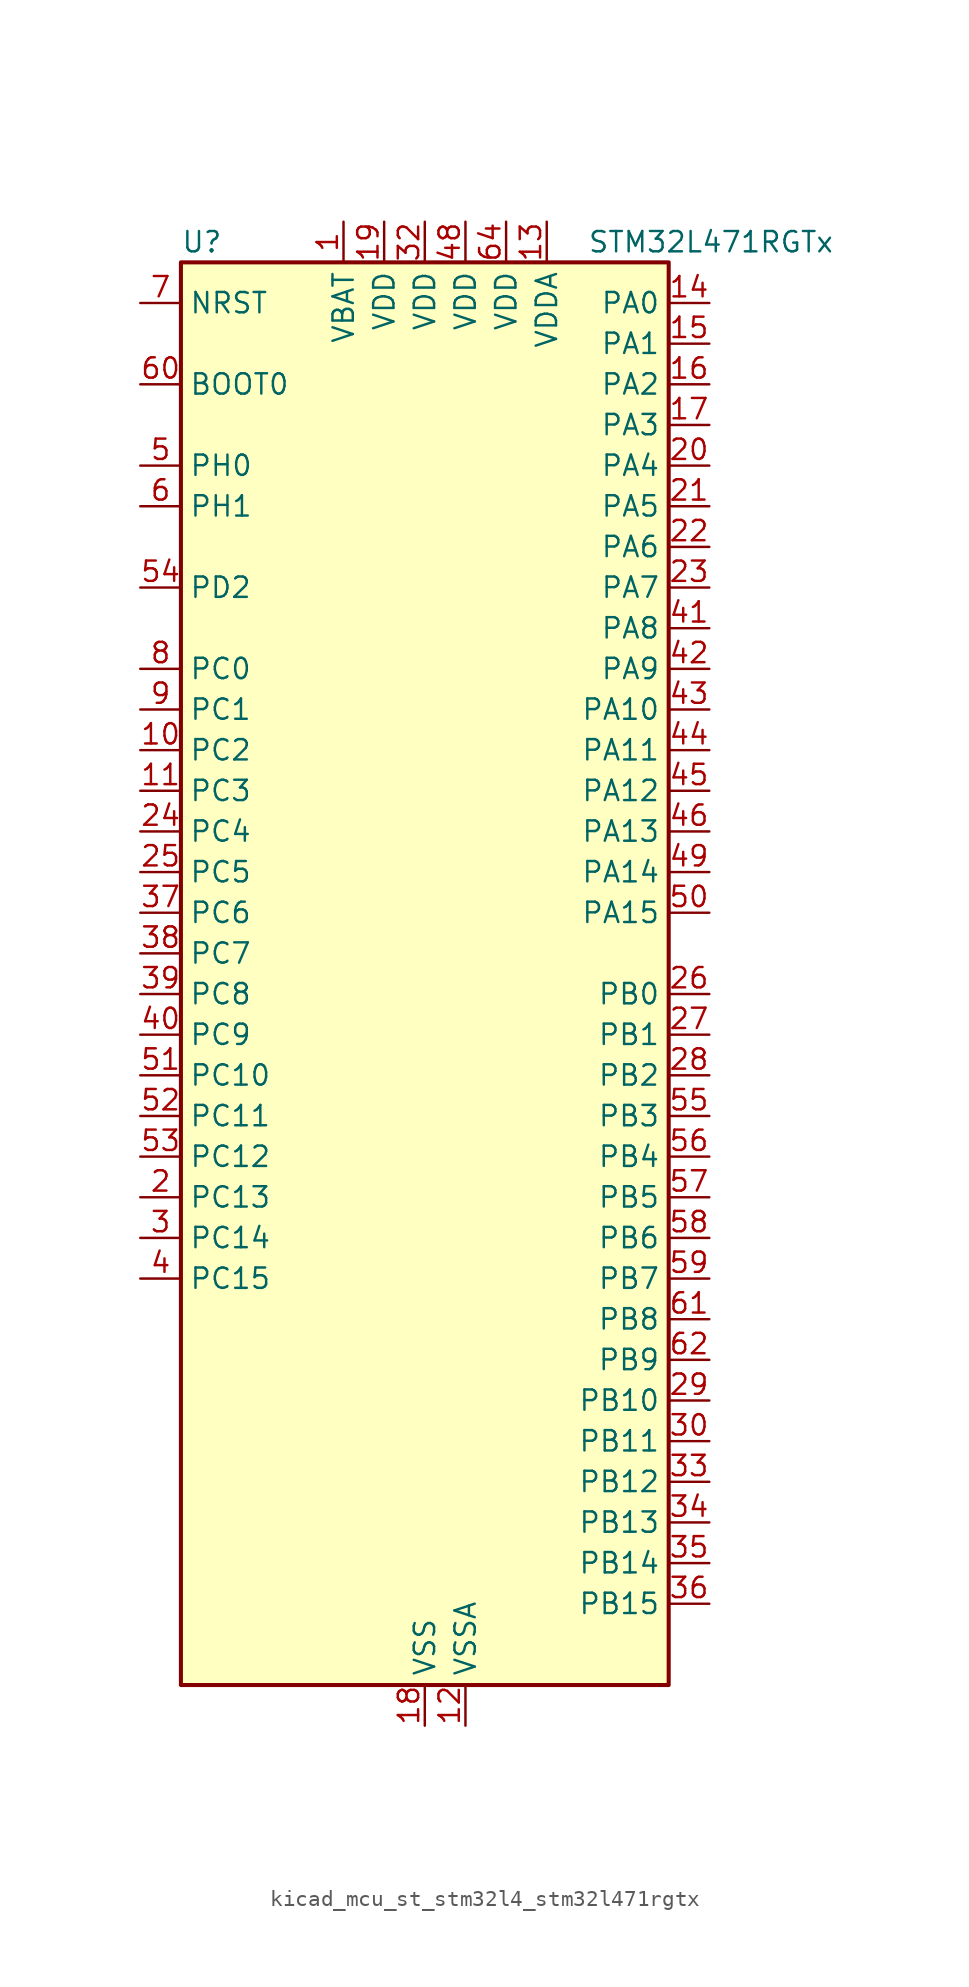
<source format=kicad_sym>
(kicad_symbol_lib
  (version 20220914)
  (generator kicad_symbol_editor)
  (symbol "kicad_mcu_st_stm32l4_stm32l471rgtx"
    (property "Reference" "U"
      (at -15.24 46.99 0)
      (effects (font (size 1.27 1.27)) (justify left)))
    (property "Value" "STM32L471RGTx"
      (at 10.16 46.99 0)
      (effects (font (size 1.27 1.27)) (justify left)))
    (property "ki_locked" ""
      (at 0 0 0)
      (effects (font (size 1.27 1.27))))
    (symbol "kicad_mcu_st_stm32l4_stm32l471rgtx_0_1"
      (rectangle (start -15.24 -43.18) (end 15.24 45.72) (stroke (width 0.254) (type default)) (fill (type background))))
    (symbol "kicad_mcu_st_stm32l4_stm32l471rgtx_1_1"
      (pin power_in line (at -5.08 48.26 270) (length 2.54) (name "VBAT" (effects (font (size 1.27 1.27)))) (number "1" (effects (font (size 1.27 1.27)))))
      (pin bidirectional line (at -17.78 15.24 0) (length 2.54) (name "PC2" (effects (font (size 1.27 1.27)))) (number "10" (effects (font (size 1.27 1.27)))) (alternate "ADC1_IN3" bidirectional line) (alternate "ADC2_IN3" bidirectional line) (alternate "ADC3_IN3" bidirectional line) (alternate "DFSDM1_CKOUT" bidirectional line) (alternate "LPTIM1_IN2" bidirectional line) (alternate "SPI2_MISO" bidirectional line))
      (pin bidirectional line (at -17.78 12.7 0) (length 2.54) (name "PC3" (effects (font (size 1.27 1.27)))) (number "11" (effects (font (size 1.27 1.27)))) (alternate "ADC1_IN4" bidirectional line) (alternate "ADC2_IN4" bidirectional line) (alternate "ADC3_IN4" bidirectional line) (alternate "LPTIM1_ETR" bidirectional line) (alternate "LPTIM2_ETR" bidirectional line) (alternate "SAI1_SD_A" bidirectional line) (alternate "SPI2_MOSI" bidirectional line))
      (pin power_in line (at 2.54 -45.72 90) (length 2.54) (name "VSSA" (effects (font (size 1.27 1.27)))) (number "12" (effects (font (size 1.27 1.27)))))
      (pin power_in line (at 7.62 48.26 270) (length 2.54) (name "VDDA" (effects (font (size 1.27 1.27)))) (number "13" (effects (font (size 1.27 1.27)))))
      (pin bidirectional line (at 17.78 43.18 180) (length 2.54) (name "PA0" (effects (font (size 1.27 1.27)))) (number "14" (effects (font (size 1.27 1.27)))) (alternate "ADC1_IN5" bidirectional line) (alternate "ADC2_IN5" bidirectional line) (alternate "OPAMP1_VINP" bidirectional line) (alternate "RTC_TAMP2" bidirectional line) (alternate "SAI1_EXTCLK" bidirectional line) (alternate "SYS_WKUP1" bidirectional line) (alternate "TIM2_CH1" bidirectional line) (alternate "TIM2_ETR" bidirectional line) (alternate "TIM5_CH1" bidirectional line) (alternate "TIM8_ETR" bidirectional line) (alternate "UART4_TX" bidirectional line) (alternate "USART2_CTS" bidirectional line))
      (pin bidirectional line (at 17.78 40.64 180) (length 2.54) (name "PA1" (effects (font (size 1.27 1.27)))) (number "15" (effects (font (size 1.27 1.27)))) (alternate "ADC1_IN6" bidirectional line) (alternate "ADC2_IN6" bidirectional line) (alternate "OPAMP1_VINM" bidirectional line) (alternate "TIM15_CH1N" bidirectional line) (alternate "TIM2_CH2" bidirectional line) (alternate "TIM5_CH2" bidirectional line) (alternate "UART4_RX" bidirectional line) (alternate "USART2_DE" bidirectional line) (alternate "USART2_RTS" bidirectional line))
      (pin bidirectional line (at 17.78 38.1 180) (length 2.54) (name "PA2" (effects (font (size 1.27 1.27)))) (number "16" (effects (font (size 1.27 1.27)))) (alternate "ADC1_IN7" bidirectional line) (alternate "ADC2_IN7" bidirectional line) (alternate "RCC_LSCO" bidirectional line) (alternate "SAI2_EXTCLK" bidirectional line) (alternate "SYS_WKUP4" bidirectional line) (alternate "TIM15_CH1" bidirectional line) (alternate "TIM2_CH3" bidirectional line) (alternate "TIM5_CH3" bidirectional line) (alternate "USART2_TX" bidirectional line))
      (pin bidirectional line (at 17.78 35.56 180) (length 2.54) (name "PA3" (effects (font (size 1.27 1.27)))) (number "17" (effects (font (size 1.27 1.27)))) (alternate "ADC1_IN8" bidirectional line) (alternate "ADC2_IN8" bidirectional line) (alternate "OPAMP1_VOUT" bidirectional line) (alternate "TIM15_CH2" bidirectional line) (alternate "TIM2_CH4" bidirectional line) (alternate "TIM5_CH4" bidirectional line) (alternate "USART2_RX" bidirectional line))
      (pin power_in line (at 0 -45.72 90) (length 2.54) (name "VSS" (effects (font (size 1.27 1.27)))) (number "18" (effects (font (size 1.27 1.27)))))
      (pin power_in line (at -2.54 48.26 270) (length 2.54) (name "VDD" (effects (font (size 1.27 1.27)))) (number "19" (effects (font (size 1.27 1.27)))))
      (pin bidirectional line (at -17.78 -12.7 0) (length 2.54) (name "PC13" (effects (font (size 1.27 1.27)))) (number "2" (effects (font (size 1.27 1.27)))) (alternate "RTC_OUT_ALARM" bidirectional line) (alternate "RTC_OUT_CALIB" bidirectional line) (alternate "RTC_TAMP1" bidirectional line) (alternate "RTC_TS" bidirectional line) (alternate "SYS_WKUP2" bidirectional line))
      (pin bidirectional line (at 17.78 33.02 180) (length 2.54) (name "PA4" (effects (font (size 1.27 1.27)))) (number "20" (effects (font (size 1.27 1.27)))) (alternate "ADC1_IN9" bidirectional line) (alternate "ADC2_IN9" bidirectional line) (alternate "DAC1_OUT1" bidirectional line) (alternate "LPTIM2_OUT" bidirectional line) (alternate "SAI1_FS_B" bidirectional line) (alternate "SPI1_NSS" bidirectional line) (alternate "SPI3_NSS" bidirectional line) (alternate "USART2_CK" bidirectional line))
      (pin bidirectional line (at 17.78 30.48 180) (length 2.54) (name "PA5" (effects (font (size 1.27 1.27)))) (number "21" (effects (font (size 1.27 1.27)))) (alternate "ADC1_IN10" bidirectional line) (alternate "ADC2_IN10" bidirectional line) (alternate "DAC1_OUT2" bidirectional line) (alternate "LPTIM2_ETR" bidirectional line) (alternate "SPI1_SCK" bidirectional line) (alternate "TIM2_CH1" bidirectional line) (alternate "TIM2_ETR" bidirectional line) (alternate "TIM8_CH1N" bidirectional line))
      (pin bidirectional line (at 17.78 27.94 180) (length 2.54) (name "PA6" (effects (font (size 1.27 1.27)))) (number "22" (effects (font (size 1.27 1.27)))) (alternate "ADC1_IN11" bidirectional line) (alternate "ADC2_IN11" bidirectional line) (alternate "OPAMP2_VINP" bidirectional line) (alternate "QUADSPI_BK1_IO3" bidirectional line) (alternate "SPI1_MISO" bidirectional line) (alternate "TIM16_CH1" bidirectional line) (alternate "TIM1_BKIN" bidirectional line) (alternate "TIM1_BKIN_COMP2" bidirectional line) (alternate "TIM3_CH1" bidirectional line) (alternate "TIM8_BKIN" bidirectional line) (alternate "TIM8_BKIN_COMP2" bidirectional line) (alternate "USART3_CTS" bidirectional line))
      (pin bidirectional line (at 17.78 25.4 180) (length 2.54) (name "PA7" (effects (font (size 1.27 1.27)))) (number "23" (effects (font (size 1.27 1.27)))) (alternate "ADC1_IN12" bidirectional line) (alternate "ADC2_IN12" bidirectional line) (alternate "OPAMP2_VINM" bidirectional line) (alternate "QUADSPI_BK1_IO2" bidirectional line) (alternate "SPI1_MOSI" bidirectional line) (alternate "TIM17_CH1" bidirectional line) (alternate "TIM1_CH1N" bidirectional line) (alternate "TIM3_CH2" bidirectional line) (alternate "TIM8_CH1N" bidirectional line))
      (pin bidirectional line (at -17.78 10.16 0) (length 2.54) (name "PC4" (effects (font (size 1.27 1.27)))) (number "24" (effects (font (size 1.27 1.27)))) (alternate "ADC1_IN13" bidirectional line) (alternate "ADC2_IN13" bidirectional line) (alternate "COMP1_INM" bidirectional line) (alternate "USART3_TX" bidirectional line))
      (pin bidirectional line (at -17.78 7.62 0) (length 2.54) (name "PC5" (effects (font (size 1.27 1.27)))) (number "25" (effects (font (size 1.27 1.27)))) (alternate "ADC1_IN14" bidirectional line) (alternate "ADC2_IN14" bidirectional line) (alternate "COMP1_INP" bidirectional line) (alternate "SYS_WKUP5" bidirectional line) (alternate "USART3_RX" bidirectional line))
      (pin bidirectional line (at 17.78 0 180) (length 2.54) (name "PB0" (effects (font (size 1.27 1.27)))) (number "26" (effects (font (size 1.27 1.27)))) (alternate "ADC1_IN15" bidirectional line) (alternate "ADC2_IN15" bidirectional line) (alternate "COMP1_OUT" bidirectional line) (alternate "OPAMP2_VOUT" bidirectional line) (alternate "QUADSPI_BK1_IO1" bidirectional line) (alternate "TIM1_CH2N" bidirectional line) (alternate "TIM3_CH3" bidirectional line) (alternate "TIM8_CH2N" bidirectional line) (alternate "USART3_CK" bidirectional line))
      (pin bidirectional line (at 17.78 -2.54 180) (length 2.54) (name "PB1" (effects (font (size 1.27 1.27)))) (number "27" (effects (font (size 1.27 1.27)))) (alternate "ADC1_IN16" bidirectional line) (alternate "ADC2_IN16" bidirectional line) (alternate "COMP1_INM" bidirectional line) (alternate "DFSDM1_DATIN0" bidirectional line) (alternate "LPTIM2_IN1" bidirectional line) (alternate "QUADSPI_BK1_IO0" bidirectional line) (alternate "TIM1_CH3N" bidirectional line) (alternate "TIM3_CH4" bidirectional line) (alternate "TIM8_CH3N" bidirectional line) (alternate "USART3_DE" bidirectional line) (alternate "USART3_RTS" bidirectional line))
      (pin bidirectional line (at 17.78 -5.08 180) (length 2.54) (name "PB2" (effects (font (size 1.27 1.27)))) (number "28" (effects (font (size 1.27 1.27)))) (alternate "COMP1_INP" bidirectional line) (alternate "DFSDM1_CKIN0" bidirectional line) (alternate "I2C3_SMBA" bidirectional line) (alternate "LPTIM1_OUT" bidirectional line) (alternate "RTC_OUT_ALARM" bidirectional line) (alternate "RTC_OUT_CALIB" bidirectional line))
      (pin bidirectional line (at 17.78 -25.4 180) (length 2.54) (name "PB10" (effects (font (size 1.27 1.27)))) (number "29" (effects (font (size 1.27 1.27)))) (alternate "COMP1_OUT" bidirectional line) (alternate "DFSDM1_DATIN7" bidirectional line) (alternate "I2C2_SCL" bidirectional line) (alternate "LPUART1_RX" bidirectional line) (alternate "QUADSPI_CLK" bidirectional line) (alternate "SAI1_SCK_A" bidirectional line) (alternate "SPI2_SCK" bidirectional line) (alternate "TIM2_CH3" bidirectional line) (alternate "USART3_TX" bidirectional line))
      (pin bidirectional line (at -17.78 -15.24 0) (length 2.54) (name "PC14" (effects (font (size 1.27 1.27)))) (number "3" (effects (font (size 1.27 1.27)))) (alternate "RCC_OSC32_IN" bidirectional line))
      (pin bidirectional line (at 17.78 -27.94 180) (length 2.54) (name "PB11" (effects (font (size 1.27 1.27)))) (number "30" (effects (font (size 1.27 1.27)))) (alternate "ADC1_EXTI11" bidirectional line) (alternate "ADC2_EXTI11" bidirectional line) (alternate "ADC3_EXTI11" bidirectional line) (alternate "COMP2_OUT" bidirectional line) (alternate "DFSDM1_CKIN7" bidirectional line) (alternate "I2C2_SDA" bidirectional line) (alternate "LPUART1_TX" bidirectional line) (alternate "QUADSPI_NCS" bidirectional line) (alternate "TIM2_CH4" bidirectional line) (alternate "USART3_RX" bidirectional line))
      (pin passive line (at 0 -45.72 90) (length 2.54) hide (name "VSS" (effects (font (size 1.27 1.27)))) (number "31" (effects (font (size 1.27 1.27)))))
      (pin power_in line (at 0 48.26 270) (length 2.54) (name "VDD" (effects (font (size 1.27 1.27)))) (number "32" (effects (font (size 1.27 1.27)))))
      (pin bidirectional line (at 17.78 -30.48 180) (length 2.54) (name "PB12" (effects (font (size 1.27 1.27)))) (number "33" (effects (font (size 1.27 1.27)))) (alternate "DFSDM1_DATIN1" bidirectional line) (alternate "I2C2_SMBA" bidirectional line) (alternate "LPUART1_DE" bidirectional line) (alternate "LPUART1_RTS" bidirectional line) (alternate "SAI2_FS_A" bidirectional line) (alternate "SPI2_NSS" bidirectional line) (alternate "SWPMI1_IO" bidirectional line) (alternate "TIM15_BKIN" bidirectional line) (alternate "TIM1_BKIN" bidirectional line) (alternate "TIM1_BKIN_COMP2" bidirectional line) (alternate "TSC_G1_IO1" bidirectional line) (alternate "USART3_CK" bidirectional line))
      (pin bidirectional line (at 17.78 -33.02 180) (length 2.54) (name "PB13" (effects (font (size 1.27 1.27)))) (number "34" (effects (font (size 1.27 1.27)))) (alternate "DFSDM1_CKIN1" bidirectional line) (alternate "I2C2_SCL" bidirectional line) (alternate "LPUART1_CTS" bidirectional line) (alternate "SAI2_SCK_A" bidirectional line) (alternate "SPI2_SCK" bidirectional line) (alternate "SWPMI1_TX" bidirectional line) (alternate "TIM15_CH1N" bidirectional line) (alternate "TIM1_CH1N" bidirectional line) (alternate "TSC_G1_IO2" bidirectional line) (alternate "USART3_CTS" bidirectional line))
      (pin bidirectional line (at 17.78 -35.56 180) (length 2.54) (name "PB14" (effects (font (size 1.27 1.27)))) (number "35" (effects (font (size 1.27 1.27)))) (alternate "DFSDM1_DATIN2" bidirectional line) (alternate "I2C2_SDA" bidirectional line) (alternate "SAI2_MCLK_A" bidirectional line) (alternate "SPI2_MISO" bidirectional line) (alternate "SWPMI1_RX" bidirectional line) (alternate "TIM15_CH1" bidirectional line) (alternate "TIM1_CH2N" bidirectional line) (alternate "TIM8_CH2N" bidirectional line) (alternate "TSC_G1_IO3" bidirectional line) (alternate "USART3_DE" bidirectional line) (alternate "USART3_RTS" bidirectional line))
      (pin bidirectional line (at 17.78 -38.1 180) (length 2.54) (name "PB15" (effects (font (size 1.27 1.27)))) (number "36" (effects (font (size 1.27 1.27)))) (alternate "ADC1_EXTI15" bidirectional line) (alternate "ADC2_EXTI15" bidirectional line) (alternate "ADC3_EXTI15" bidirectional line) (alternate "DFSDM1_CKIN2" bidirectional line) (alternate "RTC_REFIN" bidirectional line) (alternate "SAI2_SD_A" bidirectional line) (alternate "SPI2_MOSI" bidirectional line) (alternate "SWPMI1_SUSPEND" bidirectional line) (alternate "TIM15_CH2" bidirectional line) (alternate "TIM1_CH3N" bidirectional line) (alternate "TIM8_CH3N" bidirectional line) (alternate "TSC_G1_IO4" bidirectional line))
      (pin bidirectional line (at -17.78 5.08 0) (length 2.54) (name "PC6" (effects (font (size 1.27 1.27)))) (number "37" (effects (font (size 1.27 1.27)))) (alternate "DFSDM1_CKIN3" bidirectional line) (alternate "SAI2_MCLK_A" bidirectional line) (alternate "SDMMC1_D6" bidirectional line) (alternate "TIM3_CH1" bidirectional line) (alternate "TIM8_CH1" bidirectional line) (alternate "TSC_G4_IO1" bidirectional line))
      (pin bidirectional line (at -17.78 2.54 0) (length 2.54) (name "PC7" (effects (font (size 1.27 1.27)))) (number "38" (effects (font (size 1.27 1.27)))) (alternate "DFSDM1_DATIN3" bidirectional line) (alternate "SAI2_MCLK_B" bidirectional line) (alternate "SDMMC1_D7" bidirectional line) (alternate "TIM3_CH2" bidirectional line) (alternate "TIM8_CH2" bidirectional line) (alternate "TSC_G4_IO2" bidirectional line))
      (pin bidirectional line (at -17.78 0 0) (length 2.54) (name "PC8" (effects (font (size 1.27 1.27)))) (number "39" (effects (font (size 1.27 1.27)))) (alternate "SDMMC1_D0" bidirectional line) (alternate "TIM3_CH3" bidirectional line) (alternate "TIM8_CH3" bidirectional line) (alternate "TSC_G4_IO3" bidirectional line))
      (pin bidirectional line (at -17.78 -17.78 0) (length 2.54) (name "PC15" (effects (font (size 1.27 1.27)))) (number "4" (effects (font (size 1.27 1.27)))) (alternate "ADC1_EXTI15" bidirectional line) (alternate "ADC2_EXTI15" bidirectional line) (alternate "ADC3_EXTI15" bidirectional line) (alternate "RCC_OSC32_OUT" bidirectional line))
      (pin bidirectional line (at -17.78 -2.54 0) (length 2.54) (name "PC9" (effects (font (size 1.27 1.27)))) (number "40" (effects (font (size 1.27 1.27)))) (alternate "DAC1_EXTI9" bidirectional line) (alternate "SAI2_EXTCLK" bidirectional line) (alternate "SDMMC1_D1" bidirectional line) (alternate "TIM3_CH4" bidirectional line) (alternate "TIM8_BKIN2" bidirectional line) (alternate "TIM8_BKIN2_COMP1" bidirectional line) (alternate "TIM8_CH4" bidirectional line) (alternate "TSC_G4_IO4" bidirectional line))
      (pin bidirectional line (at 17.78 22.86 180) (length 2.54) (name "PA8" (effects (font (size 1.27 1.27)))) (number "41" (effects (font (size 1.27 1.27)))) (alternate "LPTIM2_OUT" bidirectional line) (alternate "RCC_MCO" bidirectional line) (alternate "TIM1_CH1" bidirectional line) (alternate "USART1_CK" bidirectional line))
      (pin bidirectional line (at 17.78 20.32 180) (length 2.54) (name "PA9" (effects (font (size 1.27 1.27)))) (number "42" (effects (font (size 1.27 1.27)))) (alternate "DAC1_EXTI9" bidirectional line) (alternate "TIM15_BKIN" bidirectional line) (alternate "TIM1_CH2" bidirectional line) (alternate "USART1_TX" bidirectional line))
      (pin bidirectional line (at 17.78 17.78 180) (length 2.54) (name "PA10" (effects (font (size 1.27 1.27)))) (number "43" (effects (font (size 1.27 1.27)))) (alternate "TIM17_BKIN" bidirectional line) (alternate "TIM1_CH3" bidirectional line) (alternate "USART1_RX" bidirectional line))
      (pin bidirectional line (at 17.78 15.24 180) (length 2.54) (name "PA11" (effects (font (size 1.27 1.27)))) (number "44" (effects (font (size 1.27 1.27)))) (alternate "ADC1_EXTI11" bidirectional line) (alternate "ADC2_EXTI11" bidirectional line) (alternate "ADC3_EXTI11" bidirectional line) (alternate "CAN1_RX" bidirectional line) (alternate "TIM1_BKIN2" bidirectional line) (alternate "TIM1_BKIN2_COMP1" bidirectional line) (alternate "TIM1_CH4" bidirectional line) (alternate "USART1_CTS" bidirectional line))
      (pin bidirectional line (at 17.78 12.7 180) (length 2.54) (name "PA12" (effects (font (size 1.27 1.27)))) (number "45" (effects (font (size 1.27 1.27)))) (alternate "CAN1_TX" bidirectional line) (alternate "TIM1_ETR" bidirectional line) (alternate "USART1_DE" bidirectional line) (alternate "USART1_RTS" bidirectional line))
      (pin bidirectional line (at 17.78 10.16 180) (length 2.54) (name "PA13" (effects (font (size 1.27 1.27)))) (number "46" (effects (font (size 1.27 1.27)))) (alternate "IR_OUT" bidirectional line) (alternate "SYS_JTMS-SWDIO" bidirectional line))
      (pin passive line (at 0 -45.72 90) (length 2.54) hide (name "VSS" (effects (font (size 1.27 1.27)))) (number "47" (effects (font (size 1.27 1.27)))))
      (pin power_in line (at 2.54 48.26 270) (length 2.54) (name "VDD" (effects (font (size 1.27 1.27)))) (number "48" (effects (font (size 1.27 1.27)))))
      (pin bidirectional line (at 17.78 7.62 180) (length 2.54) (name "PA14" (effects (font (size 1.27 1.27)))) (number "49" (effects (font (size 1.27 1.27)))) (alternate "SYS_JTCK-SWCLK" bidirectional line))
      (pin bidirectional line (at -17.78 33.02 0) (length 2.54) (name "PH0" (effects (font (size 1.27 1.27)))) (number "5" (effects (font (size 1.27 1.27)))) (alternate "RCC_OSC_IN" bidirectional line))
      (pin bidirectional line (at 17.78 5.08 180) (length 2.54) (name "PA15" (effects (font (size 1.27 1.27)))) (number "50" (effects (font (size 1.27 1.27)))) (alternate "ADC1_EXTI15" bidirectional line) (alternate "ADC2_EXTI15" bidirectional line) (alternate "ADC3_EXTI15" bidirectional line) (alternate "SAI2_FS_B" bidirectional line) (alternate "SPI1_NSS" bidirectional line) (alternate "SPI3_NSS" bidirectional line) (alternate "SYS_JTDI" bidirectional line) (alternate "TIM2_CH1" bidirectional line) (alternate "TIM2_ETR" bidirectional line) (alternate "TSC_G3_IO1" bidirectional line) (alternate "UART4_DE" bidirectional line) (alternate "UART4_RTS" bidirectional line))
      (pin bidirectional line (at -17.78 -5.08 0) (length 2.54) (name "PC10" (effects (font (size 1.27 1.27)))) (number "51" (effects (font (size 1.27 1.27)))) (alternate "SAI2_SCK_B" bidirectional line) (alternate "SDMMC1_D2" bidirectional line) (alternate "SPI3_SCK" bidirectional line) (alternate "TSC_G3_IO2" bidirectional line) (alternate "UART4_TX" bidirectional line) (alternate "USART3_TX" bidirectional line))
      (pin bidirectional line (at -17.78 -7.62 0) (length 2.54) (name "PC11" (effects (font (size 1.27 1.27)))) (number "52" (effects (font (size 1.27 1.27)))) (alternate "ADC1_EXTI11" bidirectional line) (alternate "ADC2_EXTI11" bidirectional line) (alternate "ADC3_EXTI11" bidirectional line) (alternate "SAI2_MCLK_B" bidirectional line) (alternate "SDMMC1_D3" bidirectional line) (alternate "SPI3_MISO" bidirectional line) (alternate "TSC_G3_IO3" bidirectional line) (alternate "UART4_RX" bidirectional line) (alternate "USART3_RX" bidirectional line))
      (pin bidirectional line (at -17.78 -10.16 0) (length 2.54) (name "PC12" (effects (font (size 1.27 1.27)))) (number "53" (effects (font (size 1.27 1.27)))) (alternate "SAI2_SD_B" bidirectional line) (alternate "SDMMC1_CK" bidirectional line) (alternate "SPI3_MOSI" bidirectional line) (alternate "TSC_G3_IO4" bidirectional line) (alternate "UART5_TX" bidirectional line) (alternate "USART3_CK" bidirectional line))
      (pin bidirectional line (at -17.78 25.4 0) (length 2.54) (name "PD2" (effects (font (size 1.27 1.27)))) (number "54" (effects (font (size 1.27 1.27)))) (alternate "SDMMC1_CMD" bidirectional line) (alternate "TIM3_ETR" bidirectional line) (alternate "TSC_SYNC" bidirectional line) (alternate "UART5_RX" bidirectional line) (alternate "USART3_DE" bidirectional line) (alternate "USART3_RTS" bidirectional line))
      (pin bidirectional line (at 17.78 -7.62 180) (length 2.54) (name "PB3" (effects (font (size 1.27 1.27)))) (number "55" (effects (font (size 1.27 1.27)))) (alternate "COMP2_INM" bidirectional line) (alternate "SAI1_SCK_B" bidirectional line) (alternate "SPI1_SCK" bidirectional line) (alternate "SPI3_SCK" bidirectional line) (alternate "SYS_JTDO-SWO" bidirectional line) (alternate "TIM2_CH2" bidirectional line) (alternate "USART1_DE" bidirectional line) (alternate "USART1_RTS" bidirectional line))
      (pin bidirectional line (at 17.78 -10.16 180) (length 2.54) (name "PB4" (effects (font (size 1.27 1.27)))) (number "56" (effects (font (size 1.27 1.27)))) (alternate "COMP2_INP" bidirectional line) (alternate "SAI1_MCLK_B" bidirectional line) (alternate "SPI1_MISO" bidirectional line) (alternate "SPI3_MISO" bidirectional line) (alternate "SYS_JTRST" bidirectional line) (alternate "TIM17_BKIN" bidirectional line) (alternate "TIM3_CH1" bidirectional line) (alternate "TSC_G2_IO1" bidirectional line) (alternate "UART5_DE" bidirectional line) (alternate "UART5_RTS" bidirectional line) (alternate "USART1_CTS" bidirectional line))
      (pin bidirectional line (at 17.78 -12.7 180) (length 2.54) (name "PB5" (effects (font (size 1.27 1.27)))) (number "57" (effects (font (size 1.27 1.27)))) (alternate "COMP2_OUT" bidirectional line) (alternate "I2C1_SMBA" bidirectional line) (alternate "LPTIM1_IN1" bidirectional line) (alternate "SAI1_SD_B" bidirectional line) (alternate "SPI1_MOSI" bidirectional line) (alternate "SPI3_MOSI" bidirectional line) (alternate "TIM16_BKIN" bidirectional line) (alternate "TIM3_CH2" bidirectional line) (alternate "TSC_G2_IO2" bidirectional line) (alternate "UART5_CTS" bidirectional line) (alternate "USART1_CK" bidirectional line))
      (pin bidirectional line (at 17.78 -15.24 180) (length 2.54) (name "PB6" (effects (font (size 1.27 1.27)))) (number "58" (effects (font (size 1.27 1.27)))) (alternate "COMP2_INP" bidirectional line) (alternate "DFSDM1_DATIN5" bidirectional line) (alternate "I2C1_SCL" bidirectional line) (alternate "LPTIM1_ETR" bidirectional line) (alternate "SAI1_FS_B" bidirectional line) (alternate "TIM16_CH1N" bidirectional line) (alternate "TIM4_CH1" bidirectional line) (alternate "TIM8_BKIN2" bidirectional line) (alternate "TIM8_BKIN2_COMP2" bidirectional line) (alternate "TSC_G2_IO3" bidirectional line) (alternate "USART1_TX" bidirectional line))
      (pin bidirectional line (at 17.78 -17.78 180) (length 2.54) (name "PB7" (effects (font (size 1.27 1.27)))) (number "59" (effects (font (size 1.27 1.27)))) (alternate "COMP2_INM" bidirectional line) (alternate "DFSDM1_CKIN5" bidirectional line) (alternate "I2C1_SDA" bidirectional line) (alternate "LPTIM1_IN2" bidirectional line) (alternate "SYS_PVD_IN" bidirectional line) (alternate "TIM17_CH1N" bidirectional line) (alternate "TIM4_CH2" bidirectional line) (alternate "TIM8_BKIN" bidirectional line) (alternate "TIM8_BKIN_COMP1" bidirectional line) (alternate "TSC_G2_IO4" bidirectional line) (alternate "UART4_CTS" bidirectional line) (alternate "USART1_RX" bidirectional line))
      (pin bidirectional line (at -17.78 30.48 0) (length 2.54) (name "PH1" (effects (font (size 1.27 1.27)))) (number "6" (effects (font (size 1.27 1.27)))) (alternate "RCC_OSC_OUT" bidirectional line))
      (pin input line (at -17.78 38.1 0) (length 2.54) (name "BOOT0" (effects (font (size 1.27 1.27)))) (number "60" (effects (font (size 1.27 1.27)))))
      (pin bidirectional line (at 17.78 -20.32 180) (length 2.54) (name "PB8" (effects (font (size 1.27 1.27)))) (number "61" (effects (font (size 1.27 1.27)))) (alternate "CAN1_RX" bidirectional line) (alternate "DFSDM1_DATIN6" bidirectional line) (alternate "I2C1_SCL" bidirectional line) (alternate "SAI1_MCLK_A" bidirectional line) (alternate "SDMMC1_D4" bidirectional line) (alternate "TIM16_CH1" bidirectional line) (alternate "TIM4_CH3" bidirectional line))
      (pin bidirectional line (at 17.78 -22.86 180) (length 2.54) (name "PB9" (effects (font (size 1.27 1.27)))) (number "62" (effects (font (size 1.27 1.27)))) (alternate "CAN1_TX" bidirectional line) (alternate "DAC1_EXTI9" bidirectional line) (alternate "DFSDM1_CKIN6" bidirectional line) (alternate "I2C1_SDA" bidirectional line) (alternate "IR_OUT" bidirectional line) (alternate "SAI1_FS_A" bidirectional line) (alternate "SDMMC1_D5" bidirectional line) (alternate "SPI2_NSS" bidirectional line) (alternate "TIM17_CH1" bidirectional line) (alternate "TIM4_CH4" bidirectional line))
      (pin passive line (at 0 -45.72 90) (length 2.54) hide (name "VSS" (effects (font (size 1.27 1.27)))) (number "63" (effects (font (size 1.27 1.27)))))
      (pin power_in line (at 5.08 48.26 270) (length 2.54) (name "VDD" (effects (font (size 1.27 1.27)))) (number "64" (effects (font (size 1.27 1.27)))))
      (pin input line (at -17.78 43.18 0) (length 2.54) (name "NRST" (effects (font (size 1.27 1.27)))) (number "7" (effects (font (size 1.27 1.27)))))
      (pin bidirectional line (at -17.78 20.32 0) (length 2.54) (name "PC0" (effects (font (size 1.27 1.27)))) (number "8" (effects (font (size 1.27 1.27)))) (alternate "ADC1_IN1" bidirectional line) (alternate "ADC2_IN1" bidirectional line) (alternate "ADC3_IN1" bidirectional line) (alternate "DFSDM1_DATIN4" bidirectional line) (alternate "I2C3_SCL" bidirectional line) (alternate "LPTIM1_IN1" bidirectional line) (alternate "LPTIM2_IN1" bidirectional line) (alternate "LPUART1_RX" bidirectional line))
      (pin bidirectional line (at -17.78 17.78 0) (length 2.54) (name "PC1" (effects (font (size 1.27 1.27)))) (number "9" (effects (font (size 1.27 1.27)))) (alternate "ADC1_IN2" bidirectional line) (alternate "ADC2_IN2" bidirectional line) (alternate "ADC3_IN2" bidirectional line) (alternate "DFSDM1_CKIN4" bidirectional line) (alternate "I2C3_SDA" bidirectional line) (alternate "LPTIM1_OUT" bidirectional line) (alternate "LPUART1_TX" bidirectional line)))))
</source>
